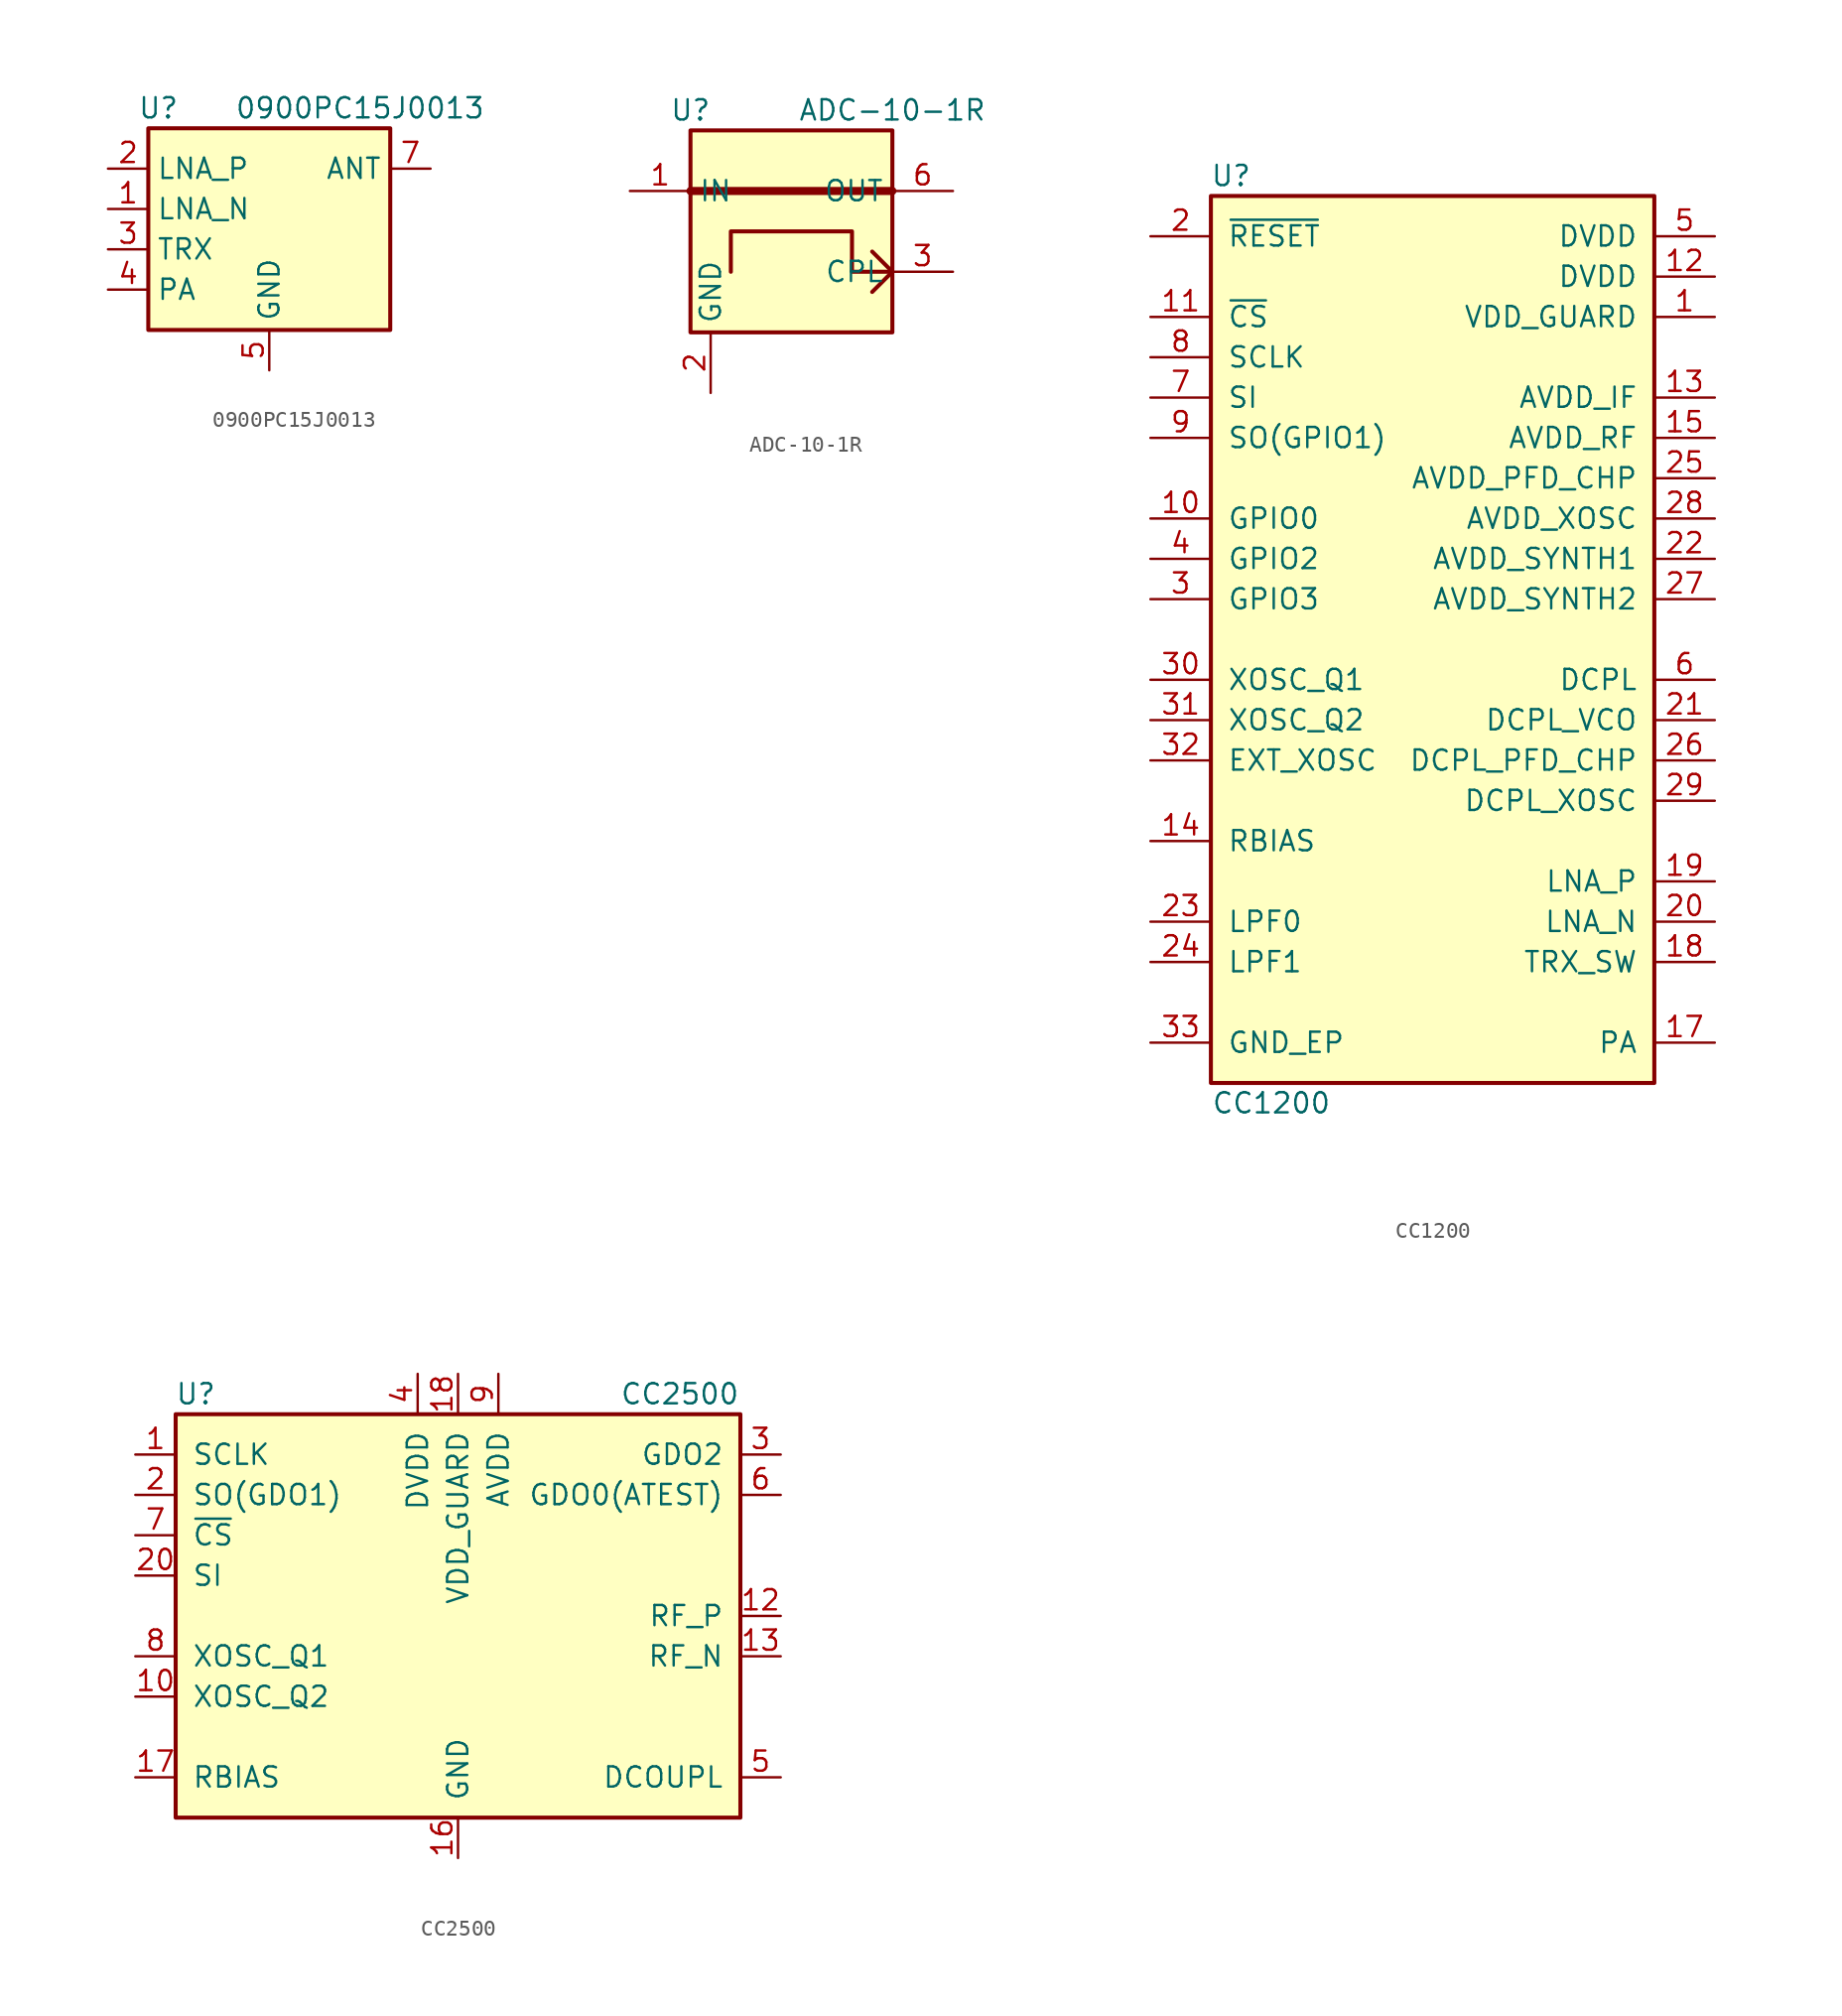
<source format=kicad_sym>
(kicad_symbol_lib
  (version 20220914)
  (generator kicad_symbol_editor)
  (symbol "0900PC15J0013"
    (property "Reference" "U"
      (at -6.985 8.89 0)
      (effects (font (size 1.27 1.27))))
    (property "Value" "0900PC15J0013"
      (at 5.715 8.89 0)
      (effects (font (size 1.27 1.27))))
    (symbol "0900PC15J0013_0_1"
      (rectangle (start -7.62 7.62) (end 7.62 -5.08) (stroke (width 0.254) (type default)) (fill (type background))))
    (symbol "0900PC15J0013_1_1"
      (pin passive line (at -10.16 2.54 0) (length 2.54) (name "LNA_N" (effects (font (size 1.27 1.27)))) (number "1" (effects (font (size 1.27 1.27)))))
      (pin passive line (at 0 -7.62 90) (length 2.54) hide (name "GND" (effects (font (size 1.27 1.27)))) (number "10" (effects (font (size 1.27 1.27)))))
      (pin passive line (at -10.16 5.08 0) (length 2.54) (name "LNA_P" (effects (font (size 1.27 1.27)))) (number "2" (effects (font (size 1.27 1.27)))))
      (pin passive line (at -10.16 0 0) (length 2.54) (name "TRX" (effects (font (size 1.27 1.27)))) (number "3" (effects (font (size 1.27 1.27)))))
      (pin passive line (at -10.16 -2.54 0) (length 2.54) (name "PA" (effects (font (size 1.27 1.27)))) (number "4" (effects (font (size 1.27 1.27)))))
      (pin power_in line (at 0 -7.62 90) (length 2.54) (name "GND" (effects (font (size 1.27 1.27)))) (number "5" (effects (font (size 1.27 1.27)))))
      (pin passive line (at 0 -7.62 90) (length 2.54) hide (name "GND" (effects (font (size 1.27 1.27)))) (number "6" (effects (font (size 1.27 1.27)))))
      (pin passive line (at 10.16 5.08 180) (length 2.54) (name "ANT" (effects (font (size 1.27 1.27)))) (number "7" (effects (font (size 1.27 1.27)))))
      (pin passive line (at 0 -7.62 90) (length 2.54) hide (name "GND" (effects (font (size 1.27 1.27)))) (number "8" (effects (font (size 1.27 1.27)))))
      (pin passive line (at 0 -7.62 90) (length 2.54) hide (name "GND" (effects (font (size 1.27 1.27)))) (number "9" (effects (font (size 1.27 1.27)))))))
  (symbol "ADC-10-1R"
    (property "Reference" "U"
      (at -6.35 7.62 0)
      (effects (font (size 1.27 1.27))))
    (property "Value" "ADC-10-1R"
      (at 6.35 7.62 0)
      (effects (font (size 1.27 1.27))))
    (symbol "ADC-10-1R_0_1"
      (rectangle (start -6.35 6.35) (end 6.35 -6.35) (stroke (width 0.254) (type default)) (fill (type background)))
      (polyline (pts (xy -6.35 2.54) (xy 6.35 2.54)) (stroke (width 0.508) (type default)) (fill (type none)))
      (polyline (pts (xy 6.35 -2.54) (xy 5.08 -3.81)) (stroke (width 0.254) (type default)) (fill (type none)))
      (polyline (pts (xy 6.35 -2.54) (xy 5.08 -1.27)) (stroke (width 0.254) (type default)) (fill (type none)))
      (polyline (pts (xy 6.35 -2.54) (xy 3.81 -2.54) (xy 3.81 0) (xy -3.81 0) (xy -3.81 -2.54)) (stroke (width 0.254) (type default)) (fill (type none))))
    (symbol "ADC-10-1R_1_1"
      (pin input line (at -10.16 2.54 0) (length 3.81) (name "IN" (effects (font (size 1.27 1.27)))) (number "1" (effects (font (size 1.27 1.27)))))
      (pin power_in line (at -5.08 -10.16 90) (length 3.81) (name "GND" (effects (font (size 1.27 1.27)))) (number "2" (effects (font (size 1.27 1.27)))))
      (pin output line (at 10.16 -2.54 180) (length 3.81) (name "CPL" (effects (font (size 1.27 1.27)))) (number "3" (effects (font (size 1.27 1.27)))))
      (pin no_connect line (at 6.35 0 180) (length 3.81) hide (name "NC" (effects (font (size 1.27 1.27)))) (number "4" (effects (font (size 1.27 1.27)))))
      (pin passive line (at -5.08 -10.16 90) (length 3.81) hide (name "GND" (effects (font (size 1.27 1.27)))) (number "5" (effects (font (size 1.27 1.27)))))
      (pin output line (at 10.16 2.54 180) (length 3.81) (name "OUT" (effects (font (size 1.27 1.27)))) (number "6" (effects (font (size 1.27 1.27)))))))
  (symbol "CC1200"
    (pin_names
      (offset 1.016))
    (property "Reference" "U"
      (at -12.7 29.21 0)
      (effects (font (size 1.27 1.27))))
    (property "Value" "CC1200"
      (at -10.16 -29.21 0)
      (effects (font (size 1.27 1.27))))
    (symbol "CC1200_0_1"
      (rectangle (start -13.97 27.94) (end 13.97 -27.94) (stroke (width 0.254) (type default)) (fill (type background))))
    (symbol "CC1200_1_1"
      (pin power_in line (at 17.78 20.32 180) (length 3.81) (name "VDD_GUARD" (effects (font (size 1.27 1.27)))) (number "1" (effects (font (size 1.27 1.27)))))
      (pin bidirectional line (at -17.78 7.62 0) (length 3.81) (name "GPIO0" (effects (font (size 1.27 1.27)))) (number "10" (effects (font (size 1.27 1.27)))))
      (pin input line (at -17.78 20.32 0) (length 3.81) (name "~{CS}" (effects (font (size 1.27 1.27)))) (number "11" (effects (font (size 1.27 1.27)))))
      (pin power_in line (at 17.78 22.86 180) (length 3.81) (name "DVDD" (effects (font (size 1.27 1.27)))) (number "12" (effects (font (size 1.27 1.27)))))
      (pin power_in line (at 17.78 15.24 180) (length 3.81) (name "AVDD_IF" (effects (font (size 1.27 1.27)))) (number "13" (effects (font (size 1.27 1.27)))))
      (pin passive line (at -17.78 -12.7 0) (length 3.81) (name "RBIAS" (effects (font (size 1.27 1.27)))) (number "14" (effects (font (size 1.27 1.27)))))
      (pin power_in line (at 17.78 12.7 180) (length 3.81) (name "AVDD_RF" (effects (font (size 1.27 1.27)))) (number "15" (effects (font (size 1.27 1.27)))))
      (pin passive line (at 17.78 -25.4 180) (length 3.81) (name "PA" (effects (font (size 1.27 1.27)))) (number "17" (effects (font (size 1.27 1.27)))))
      (pin passive line (at 17.78 -20.32 180) (length 3.81) (name "TRX_SW" (effects (font (size 1.27 1.27)))) (number "18" (effects (font (size 1.27 1.27)))))
      (pin passive line (at 17.78 -15.24 180) (length 3.81) (name "LNA_P" (effects (font (size 1.27 1.27)))) (number "19" (effects (font (size 1.27 1.27)))))
      (pin input line (at -17.78 25.4 0) (length 3.81) (name "~{RESET}" (effects (font (size 1.27 1.27)))) (number "2" (effects (font (size 1.27 1.27)))))
      (pin passive line (at 17.78 -17.78 180) (length 3.81) (name "LNA_N" (effects (font (size 1.27 1.27)))) (number "20" (effects (font (size 1.27 1.27)))))
      (pin power_out line (at 17.78 -5.08 180) (length 3.81) (name "DCPL_VCO" (effects (font (size 1.27 1.27)))) (number "21" (effects (font (size 1.27 1.27)))))
      (pin power_in line (at 17.78 5.08 180) (length 3.81) (name "AVDD_SYNTH1" (effects (font (size 1.27 1.27)))) (number "22" (effects (font (size 1.27 1.27)))))
      (pin passive line (at -17.78 -17.78 0) (length 3.81) (name "LPF0" (effects (font (size 1.27 1.27)))) (number "23" (effects (font (size 1.27 1.27)))))
      (pin passive line (at -17.78 -20.32 0) (length 3.81) (name "LPF1" (effects (font (size 1.27 1.27)))) (number "24" (effects (font (size 1.27 1.27)))))
      (pin power_in line (at 17.78 10.16 180) (length 3.81) (name "AVDD_PFD_CHP" (effects (font (size 1.27 1.27)))) (number "25" (effects (font (size 1.27 1.27)))))
      (pin power_out line (at 17.78 -7.62 180) (length 3.81) (name "DCPL_PFD_CHP" (effects (font (size 1.27 1.27)))) (number "26" (effects (font (size 1.27 1.27)))))
      (pin power_in line (at 17.78 2.54 180) (length 3.81) (name "AVDD_SYNTH2" (effects (font (size 1.27 1.27)))) (number "27" (effects (font (size 1.27 1.27)))))
      (pin power_in line (at 17.78 7.62 180) (length 3.81) (name "AVDD_XOSC" (effects (font (size 1.27 1.27)))) (number "28" (effects (font (size 1.27 1.27)))))
      (pin power_out line (at 17.78 -10.16 180) (length 3.81) (name "DCPL_XOSC" (effects (font (size 1.27 1.27)))) (number "29" (effects (font (size 1.27 1.27)))))
      (pin bidirectional line (at -17.78 2.54 0) (length 3.81) (name "GPIO3" (effects (font (size 1.27 1.27)))) (number "3" (effects (font (size 1.27 1.27)))))
      (pin passive line (at -17.78 -2.54 0) (length 3.81) (name "XOSC_Q1" (effects (font (size 1.27 1.27)))) (number "30" (effects (font (size 1.27 1.27)))))
      (pin passive line (at -17.78 -5.08 0) (length 3.81) (name "XOSC_Q2" (effects (font (size 1.27 1.27)))) (number "31" (effects (font (size 1.27 1.27)))))
      (pin input line (at -17.78 -7.62 0) (length 3.81) (name "EXT_XOSC" (effects (font (size 1.27 1.27)))) (number "32" (effects (font (size 1.27 1.27)))))
      (pin power_in line (at -17.78 -25.4 0) (length 3.81) (name "GND_EP" (effects (font (size 1.27 1.27)))) (number "33" (effects (font (size 1.27 1.27)))))
      (pin bidirectional line (at -17.78 5.08 0) (length 3.81) (name "GPIO2" (effects (font (size 1.27 1.27)))) (number "4" (effects (font (size 1.27 1.27)))))
      (pin power_in line (at 17.78 25.4 180) (length 3.81) (name "DVDD" (effects (font (size 1.27 1.27)))) (number "5" (effects (font (size 1.27 1.27)))))
      (pin power_out line (at 17.78 -2.54 180) (length 3.81) (name "DCPL" (effects (font (size 1.27 1.27)))) (number "6" (effects (font (size 1.27 1.27)))))
      (pin input line (at -17.78 15.24 0) (length 3.81) (name "SI" (effects (font (size 1.27 1.27)))) (number "7" (effects (font (size 1.27 1.27)))))
      (pin input line (at -17.78 17.78 0) (length 3.81) (name "SCLK" (effects (font (size 1.27 1.27)))) (number "8" (effects (font (size 1.27 1.27)))))
      (pin bidirectional line (at -17.78 12.7 0) (length 3.81) (name "SO(GPIO1)" (effects (font (size 1.27 1.27)))) (number "9" (effects (font (size 1.27 1.27)))))))
  (symbol "CC2500"
    (pin_names
      (offset 1.016))
    (property "Reference" "U"
      (at -16.51 13.97 0)
      (effects (font (size 1.27 1.27))))
    (property "Value" "CC2500"
      (at 13.97 13.97 0)
      (effects (font (size 1.27 1.27))))
    (symbol "CC2500_0_1"
      (rectangle (start -17.78 12.7) (end 17.78 -12.7) (stroke (width 0.254) (type default)) (fill (type background))))
    (symbol "CC2500_1_1"
      (pin input line (at -20.32 10.16 0) (length 2.54) (name "SCLK" (effects (font (size 1.27 1.27)))) (number "1" (effects (font (size 1.27 1.27)))))
      (pin passive line (at -20.32 -5.08 0) (length 2.54) (name "XOSC_Q2" (effects (font (size 1.27 1.27)))) (number "10" (effects (font (size 1.27 1.27)))))
      (pin passive line (at 2.54 15.24 270) (length 2.54) hide (name "AVDD" (effects (font (size 1.27 1.27)))) (number "11" (effects (font (size 1.27 1.27)))))
      (pin passive line (at 20.32 0 180) (length 2.54) (name "RF_P" (effects (font (size 1.27 1.27)))) (number "12" (effects (font (size 1.27 1.27)))))
      (pin passive line (at 20.32 -2.54 180) (length 2.54) (name "RF_N" (effects (font (size 1.27 1.27)))) (number "13" (effects (font (size 1.27 1.27)))))
      (pin passive line (at 2.54 15.24 270) (length 2.54) hide (name "AVDD" (effects (font (size 1.27 1.27)))) (number "14" (effects (font (size 1.27 1.27)))))
      (pin passive line (at 2.54 15.24 270) (length 2.54) hide (name "AVDD" (effects (font (size 1.27 1.27)))) (number "15" (effects (font (size 1.27 1.27)))))
      (pin power_in line (at 0 -15.24 90) (length 2.54) (name "GND" (effects (font (size 1.27 1.27)))) (number "16" (effects (font (size 1.27 1.27)))))
      (pin passive line (at -20.32 -10.16 0) (length 2.54) (name "RBIAS" (effects (font (size 1.27 1.27)))) (number "17" (effects (font (size 1.27 1.27)))))
      (pin power_in line (at 0 15.24 270) (length 2.54) (name "VDD_GUARD" (effects (font (size 1.27 1.27)))) (number "18" (effects (font (size 1.27 1.27)))))
      (pin passive line (at 0 -15.24 90) (length 2.54) hide (name "GND" (effects (font (size 1.27 1.27)))) (number "19" (effects (font (size 1.27 1.27)))))
      (pin bidirectional line (at -20.32 7.62 0) (length 2.54) (name "SO(GDO1)" (effects (font (size 1.27 1.27)))) (number "2" (effects (font (size 1.27 1.27)))))
      (pin input line (at -20.32 2.54 0) (length 2.54) (name "SI" (effects (font (size 1.27 1.27)))) (number "20" (effects (font (size 1.27 1.27)))))
      (pin passive line (at 0 -15.24 90) (length 2.54) hide (name "GND" (effects (font (size 1.27 1.27)))) (number "21" (effects (font (size 1.27 1.27)))))
      (pin bidirectional line (at 20.32 10.16 180) (length 2.54) (name "GDO2" (effects (font (size 1.27 1.27)))) (number "3" (effects (font (size 1.27 1.27)))))
      (pin power_in line (at -2.54 15.24 270) (length 2.54) (name "DVDD" (effects (font (size 1.27 1.27)))) (number "4" (effects (font (size 1.27 1.27)))))
      (pin power_out line (at 20.32 -10.16 180) (length 2.54) (name "DCOUPL" (effects (font (size 1.27 1.27)))) (number "5" (effects (font (size 1.27 1.27)))))
      (pin bidirectional line (at 20.32 7.62 180) (length 2.54) (name "GDO0(ATEST)" (effects (font (size 1.27 1.27)))) (number "6" (effects (font (size 1.27 1.27)))))
      (pin input line (at -20.32 5.08 0) (length 2.54) (name "~{CS}" (effects (font (size 1.27 1.27)))) (number "7" (effects (font (size 1.27 1.27)))))
      (pin passive line (at -20.32 -2.54 0) (length 2.54) (name "XOSC_Q1" (effects (font (size 1.27 1.27)))) (number "8" (effects (font (size 1.27 1.27)))))
      (pin power_in line (at 2.54 15.24 270) (length 2.54) (name "AVDD" (effects (font (size 1.27 1.27)))) (number "9" (effects (font (size 1.27 1.27))))))))
</source>
